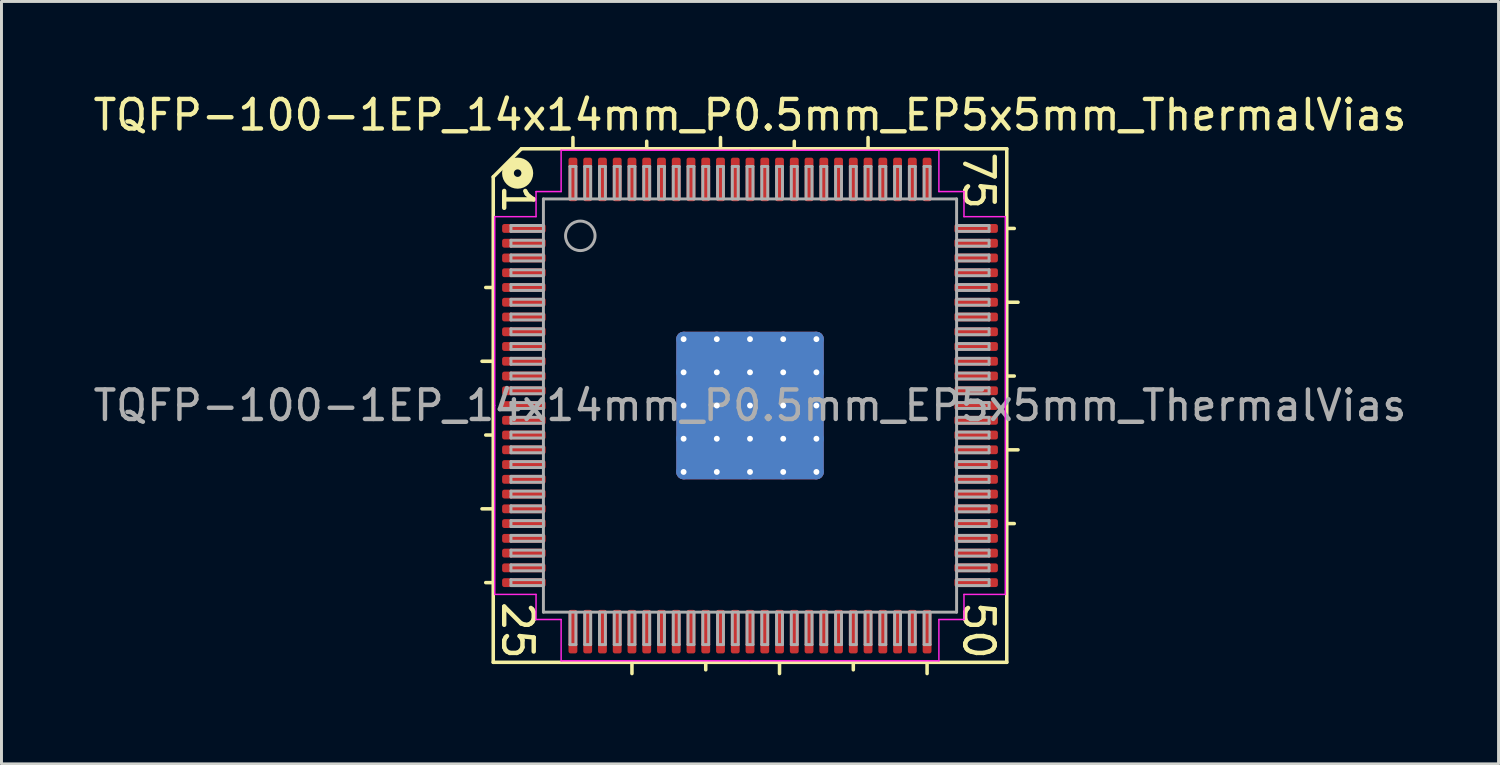
<source format=kicad_pcb>
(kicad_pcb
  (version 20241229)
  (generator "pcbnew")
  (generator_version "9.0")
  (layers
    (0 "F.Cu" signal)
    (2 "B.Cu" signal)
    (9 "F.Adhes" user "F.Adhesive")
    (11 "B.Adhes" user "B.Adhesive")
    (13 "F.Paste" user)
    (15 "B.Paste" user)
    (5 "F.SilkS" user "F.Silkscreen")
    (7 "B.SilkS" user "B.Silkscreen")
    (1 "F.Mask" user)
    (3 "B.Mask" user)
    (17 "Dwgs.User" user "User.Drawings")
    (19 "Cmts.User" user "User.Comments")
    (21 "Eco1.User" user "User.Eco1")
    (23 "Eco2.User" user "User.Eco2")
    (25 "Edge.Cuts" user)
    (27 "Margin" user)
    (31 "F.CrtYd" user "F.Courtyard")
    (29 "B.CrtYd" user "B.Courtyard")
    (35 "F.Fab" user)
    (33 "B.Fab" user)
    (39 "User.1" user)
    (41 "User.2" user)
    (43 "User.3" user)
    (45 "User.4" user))
  (footprint "TQFP-100-1EP_14x14mm_P0.5mm_EP5x5mm_ThermalVias"
    (layer "F.Cu")
    (at 22.363 10.691)
    (property "Reference" "TQFP-100-1EP_14x14mm_P0.5mm_EP5x5mm_ThermalVias" (at 0 -9.843 0) (layer "F.SilkS") (effects (font (size 1 1) (thickness 0.15))))
    (attr smd)
    (fp_line (start -8.7 -7.747) (end -8.7 8.7) (stroke (width 0.12) (type solid)) (layer "F.SilkS"))
    (fp_line (start -8.7 -4) (end -8.954 -4) (stroke (width 0.12) (type solid)) (layer "F.SilkS"))
    (fp_line (start -8.7 -1.5) (end -9.081 -1.5) (stroke (width 0.12) (type solid)) (layer "F.SilkS"))
    (fp_line (start -8.7 1) (end -8.954 1) (stroke (width 0.12) (type solid)) (layer "F.SilkS"))
    (fp_line (start -8.7 3.5) (end -9.081 3.5) (stroke (width 0.12) (type solid)) (layer "F.SilkS"))
    (fp_line (start -8.7 6) (end -8.954 6) (stroke (width 0.12) (type solid)) (layer "F.SilkS"))
    (fp_line (start -8.7 8.7) (end 8.7 8.7) (stroke (width 0.12) (type solid)) (layer "F.SilkS"))
    (fp_line (start -7.747 -8.7) (end -8.7 -7.747) (stroke (width 0.12) (type solid)) (layer "F.SilkS"))
    (fp_line (start -6 -8.7) (end -6 -9.081) (stroke (width 0.12) (type solid)) (layer "F.SilkS"))
    (fp_line (start -4 8.7) (end -4 9.081) (stroke (width 0.12) (type solid)) (layer "F.SilkS"))
    (fp_line (start -3.5 -8.7) (end -3.5 -8.954) (stroke (width 0.12) (type solid)) (layer "F.SilkS"))
    (fp_line (start -1.5 8.7) (end -1.5 8.954) (stroke (width 0.12) (type solid)) (layer "F.SilkS"))
    (fp_line (start -1 -8.7) (end -1 -9.081) (stroke (width 0.12) (type solid)) (layer "F.SilkS"))
    (fp_line (start 1 8.7) (end 1 9.081) (stroke (width 0.12) (type solid)) (layer "F.SilkS"))
    (fp_line (start 1.5 -8.7) (end 1.5 -8.954) (stroke (width 0.12) (type solid)) (layer "F.SilkS"))
    (fp_line (start 3.5 8.7) (end 3.5 8.954) (stroke (width 0.12) (type solid)) (layer "F.SilkS"))
    (fp_line (start 4 -8.7) (end 4 -9.081) (stroke (width 0.12) (type solid)) (layer "F.SilkS"))
    (fp_line (start 6 8.7) (end 6 9.081) (stroke (width 0.12) (type solid)) (layer "F.SilkS"))
    (fp_line (start 8.7 -8.7) (end -7.747 -8.7) (stroke (width 0.12) (type solid)) (layer "F.SilkS"))
    (fp_line (start 8.7 -6) (end 8.954 -6) (stroke (width 0.12) (type solid)) (layer "F.SilkS"))
    (fp_line (start 8.7 -3.5) (end 9.081 -3.5) (stroke (width 0.12) (type solid)) (layer "F.SilkS"))
    (fp_line (start 8.7 -1) (end 8.954 -1) (stroke (width 0.12) (type solid)) (layer "F.SilkS"))
    (fp_line (start 8.7 1.5) (end 9.081 1.5) (stroke (width 0.12) (type solid)) (layer "F.SilkS"))
    (fp_line (start 8.7 4) (end 8.954 4) (stroke (width 0.12) (type solid)) (layer "F.SilkS"))
    (fp_line (start 8.7 8.7) (end 8.7 -8.7) (stroke (width 0.12) (type solid)) (layer "F.SilkS"))
    (fp_circle (center -7.874 -7.874) (end -7.747 -7.874) (stroke (width 0.4) (type solid)) (fill no) (layer "F.SilkS"))
    (fp_line (start -8.65 -6.4) (end -8.65 0) (stroke (width 0.05) (type solid)) (layer "F.CrtYd"))
    (fp_line (start -8.65 6.4) (end -8.65 0) (stroke (width 0.05) (type solid)) (layer "F.CrtYd"))
    (fp_line (start -7.25 -7.25) (end -7.25 -6.4) (stroke (width 0.05) (type solid)) (layer "F.CrtYd"))
    (fp_line (start -7.25 -6.4) (end -8.65 -6.4) (stroke (width 0.05) (type solid)) (layer "F.CrtYd"))
    (fp_line (start -7.25 6.4) (end -8.65 6.4) (stroke (width 0.05) (type solid)) (layer "F.CrtYd"))
    (fp_line (start -7.25 7.25) (end -7.25 6.4) (stroke (width 0.05) (type solid)) (layer "F.CrtYd"))
    (fp_line (start -6.4 -8.65) (end -6.4 -7.25) (stroke (width 0.05) (type solid)) (layer "F.CrtYd"))
    (fp_line (start -6.4 -7.25) (end -7.25 -7.25) (stroke (width 0.05) (type solid)) (layer "F.CrtYd"))
    (fp_line (start -6.4 7.25) (end -7.25 7.25) (stroke (width 0.05) (type solid)) (layer "F.CrtYd"))
    (fp_line (start -6.4 8.65) (end -6.4 7.25) (stroke (width 0.05) (type solid)) (layer "F.CrtYd"))
    (fp_line (start 0 -8.65) (end -6.4 -8.65) (stroke (width 0.05) (type solid)) (layer "F.CrtYd"))
    (fp_line (start 0 -8.65) (end 6.4 -8.65) (stroke (width 0.05) (type solid)) (layer "F.CrtYd"))
    (fp_line (start 0 8.65) (end -6.4 8.65) (stroke (width 0.05) (type solid)) (layer "F.CrtYd"))
    (fp_line (start 0 8.65) (end 6.4 8.65) (stroke (width 0.05) (type solid)) (layer "F.CrtYd"))
    (fp_line (start 6.4 -8.65) (end 6.4 -7.25) (stroke (width 0.05) (type solid)) (layer "F.CrtYd"))
    (fp_line (start 6.4 -7.25) (end 7.25 -7.25) (stroke (width 0.05) (type solid)) (layer "F.CrtYd"))
    (fp_line (start 6.4 7.25) (end 7.25 7.25) (stroke (width 0.05) (type solid)) (layer "F.CrtYd"))
    (fp_line (start 6.4 8.65) (end 6.4 7.25) (stroke (width 0.05) (type solid)) (layer "F.CrtYd"))
    (fp_line (start 7.25 -7.25) (end 7.25 -6.4) (stroke (width 0.05) (type solid)) (layer "F.CrtYd"))
    (fp_line (start 7.25 -6.4) (end 8.65 -6.4) (stroke (width 0.05) (type solid)) (layer "F.CrtYd"))
    (fp_line (start 7.25 6.4) (end 8.65 6.4) (stroke (width 0.05) (type solid)) (layer "F.CrtYd"))
    (fp_line (start 7.25 7.25) (end 7.25 6.4) (stroke (width 0.05) (type solid)) (layer "F.CrtYd"))
    (fp_line (start 8.65 -6.4) (end 8.65 0) (stroke (width 0.05) (type solid)) (layer "F.CrtYd"))
    (fp_line (start 8.65 6.4) (end 8.65 0) (stroke (width 0.05) (type solid)) (layer "F.CrtYd"))
    (fp_line (start -8.1 -6.1) (end -8.1 -5.9) (stroke (width 0.1) (type solid)) (layer "F.Fab"))
    (fp_line (start -8.1 -6.1) (end -7 -6.1) (stroke (width 0.1) (type solid)) (layer "F.Fab"))
    (fp_line (start -8.1 -5.9) (end -7 -5.9) (stroke (width 0.1) (type solid)) (layer "F.Fab"))
    (fp_line (start -8.1 -5.6) (end -8.1 -5.4) (stroke (width 0.1) (type solid)) (layer "F.Fab"))
    (fp_line (start -8.1 -5.6) (end -7 -5.6) (stroke (width 0.1) (type solid)) (layer "F.Fab"))
    (fp_line (start -8.1 -5.4) (end -7 -5.4) (stroke (width 0.1) (type solid)) (layer "F.Fab"))
    (fp_line (start -8.1 -5.1) (end -8.1 -4.9) (stroke (width 0.1) (type solid)) (layer "F.Fab"))
    (fp_line (start -8.1 -5.1) (end -7 -5.1) (stroke (width 0.1) (type solid)) (layer "F.Fab"))
    (fp_line (start -8.1 -4.9) (end -7 -4.9) (stroke (width 0.1) (type solid)) (layer "F.Fab"))
    (fp_line (start -8.1 -4.6) (end -8.1 -4.4) (stroke (width 0.1) (type solid)) (layer "F.Fab"))
    (fp_line (start -8.1 -4.6) (end -7 -4.6) (stroke (width 0.1) (type solid)) (layer "F.Fab"))
    (fp_line (start -8.1 -4.4) (end -7 -4.4) (stroke (width 0.1) (type solid)) (layer "F.Fab"))
    (fp_line (start -8.1 -4.1) (end -8.1 -3.9) (stroke (width 0.1) (type solid)) (layer "F.Fab"))
    (fp_line (start -8.1 -4.1) (end -7 -4.1) (stroke (width 0.1) (type solid)) (layer "F.Fab"))
    (fp_line (start -8.1 -3.9) (end -7 -3.9) (stroke (width 0.1) (type solid)) (layer "F.Fab"))
    (fp_line (start -8.1 -3.6) (end -8.1 -3.4) (stroke (width 0.1) (type solid)) (layer "F.Fab"))
    (fp_line (start -8.1 -3.6) (end -7 -3.6) (stroke (width 0.1) (type solid)) (layer "F.Fab"))
    (fp_line (start -8.1 -3.4) (end -7 -3.4) (stroke (width 0.1) (type solid)) (layer "F.Fab"))
    (fp_line (start -8.1 -3.1) (end -8.1 -2.9) (stroke (width 0.1) (type solid)) (layer "F.Fab"))
    (fp_line (start -8.1 -3.1) (end -7 -3.1) (stroke (width 0.1) (type solid)) (layer "F.Fab"))
    (fp_line (start -8.1 -2.9) (end -7 -2.9) (stroke (width 0.1) (type solid)) (layer "F.Fab"))
    (fp_line (start -8.1 -2.6) (end -8.1 -2.4) (stroke (width 0.1) (type solid)) (layer "F.Fab"))
    (fp_line (start -8.1 -2.6) (end -7 -2.6) (stroke (width 0.1) (type solid)) (layer "F.Fab"))
    (fp_line (start -8.1 -2.4) (end -7 -2.4) (stroke (width 0.1) (type solid)) (layer "F.Fab"))
    (fp_line (start -8.1 -2.1) (end -8.1 -1.9) (stroke (width 0.1) (type solid)) (layer "F.Fab"))
    (fp_line (start -8.1 -2.1) (end -7 -2.1) (stroke (width 0.1) (type solid)) (layer "F.Fab"))
    (fp_line (start -8.1 -1.9) (end -7 -1.9) (stroke (width 0.1) (type solid)) (layer "F.Fab"))
    (fp_line (start -8.1 -1.6) (end -8.1 -1.4) (stroke (width 0.1) (type solid)) (layer "F.Fab"))
    (fp_line (start -8.1 -1.6) (end -7 -1.6) (stroke (width 0.1) (type solid)) (layer "F.Fab"))
    (fp_line (start -8.1 -1.4) (end -7 -1.4) (stroke (width 0.1) (type solid)) (layer "F.Fab"))
    (fp_line (start -8.1 -1.1) (end -8.1 -0.9) (stroke (width 0.1) (type solid)) (layer "F.Fab"))
    (fp_line (start -8.1 -1.1) (end -7 -1.1) (stroke (width 0.1) (type solid)) (layer "F.Fab"))
    (fp_line (start -8.1 -0.9) (end -7 -0.9) (stroke (width 0.1) (type solid)) (layer "F.Fab"))
    (fp_line (start -8.1 -0.6) (end -8.1 -0.4) (stroke (width 0.1) (type solid)) (layer "F.Fab"))
    (fp_line (start -8.1 -0.6) (end -7 -0.6) (stroke (width 0.1) (type solid)) (layer "F.Fab"))
    (fp_line (start -8.1 -0.4) (end -7 -0.4) (stroke (width 0.1) (type solid)) (layer "F.Fab"))
    (fp_line (start -8.1 -0.1) (end -8.1 0.1) (stroke (width 0.1) (type solid)) (layer "F.Fab"))
    (fp_line (start -8.1 -0.1) (end -7 -0.1) (stroke (width 0.1) (type solid)) (layer "F.Fab"))
    (fp_line (start -8.1 0.1) (end -7 0.1) (stroke (width 0.1) (type solid)) (layer "F.Fab"))
    (fp_line (start -8.1 0.4) (end -8.1 0.6) (stroke (width 0.1) (type solid)) (layer "F.Fab"))
    (fp_line (start -8.1 0.4) (end -7 0.4) (stroke (width 0.1) (type solid)) (layer "F.Fab"))
    (fp_line (start -8.1 0.6) (end -7 0.6) (stroke (width 0.1) (type solid)) (layer "F.Fab"))
    (fp_line (start -8.1 0.9) (end -8.1 1.1) (stroke (width 0.1) (type solid)) (layer "F.Fab"))
    (fp_line (start -8.1 0.9) (end -7 0.9) (stroke (width 0.1) (type solid)) (layer "F.Fab"))
    (fp_line (start -8.1 1.1) (end -7 1.1) (stroke (width 0.1) (type solid)) (layer "F.Fab"))
    (fp_line (start -8.1 1.4) (end -8.1 1.6) (stroke (width 0.1) (type solid)) (layer "F.Fab"))
    (fp_line (start -8.1 1.4) (end -7 1.4) (stroke (width 0.1) (type solid)) (layer "F.Fab"))
    (fp_line (start -8.1 1.6) (end -7 1.6) (stroke (width 0.1) (type solid)) (layer "F.Fab"))
    (fp_line (start -8.1 1.9) (end -8.1 2.1) (stroke (width 0.1) (type solid)) (layer "F.Fab"))
    (fp_line (start -8.1 1.9) (end -7 1.9) (stroke (width 0.1) (type solid)) (layer "F.Fab"))
    (fp_line (start -8.1 2.1) (end -7 2.1) (stroke (width 0.1) (type solid)) (layer "F.Fab"))
    (fp_line (start -8.1 2.4) (end -8.1 2.6) (stroke (width 0.1) (type solid)) (layer "F.Fab"))
    (fp_line (start -8.1 2.4) (end -7 2.4) (stroke (width 0.1) (type solid)) (layer "F.Fab"))
    (fp_line (start -8.1 2.6) (end -7 2.6) (stroke (width 0.1) (type solid)) (layer "F.Fab"))
    (fp_line (start -8.1 2.9) (end -8.1 3.1) (stroke (width 0.1) (type solid)) (layer "F.Fab"))
    (fp_line (start -8.1 2.9) (end -7 2.9) (stroke (width 0.1) (type solid)) (layer "F.Fab"))
    (fp_line (start -8.1 3.1) (end -7 3.1) (stroke (width 0.1) (type solid)) (layer "F.Fab"))
    (fp_line (start -8.1 3.4) (end -8.1 3.6) (stroke (width 0.1) (type solid)) (layer "F.Fab"))
    (fp_line (start -8.1 3.4) (end -7 3.4) (stroke (width 0.1) (type solid)) (layer "F.Fab"))
    (fp_line (start -8.1 3.6) (end -7 3.6) (stroke (width 0.1) (type solid)) (layer "F.Fab"))
    (fp_line (start -8.1 3.9) (end -8.1 4.1) (stroke (width 0.1) (type solid)) (layer "F.Fab"))
    (fp_line (start -8.1 3.9) (end -7 3.9) (stroke (width 0.1) (type solid)) (layer "F.Fab"))
    (fp_line (start -8.1 4.1) (end -7 4.1) (stroke (width 0.1) (type solid)) (layer "F.Fab"))
    (fp_line (start -8.1 4.4) (end -8.1 4.6) (stroke (width 0.1) (type solid)) (layer "F.Fab"))
    (fp_line (start -8.1 4.4) (end -7 4.4) (stroke (width 0.1) (type solid)) (layer "F.Fab"))
    (fp_line (start -8.1 4.6) (end -7 4.6) (stroke (width 0.1) (type solid)) (layer "F.Fab"))
    (fp_line (start -8.1 4.9) (end -8.1 5.1) (stroke (width 0.1) (type solid)) (layer "F.Fab"))
    (fp_line (start -8.1 4.9) (end -7 4.9) (stroke (width 0.1) (type solid)) (layer "F.Fab"))
    (fp_line (start -8.1 5.1) (end -7 5.1) (stroke (width 0.1) (type solid)) (layer "F.Fab"))
    (fp_line (start -8.1 5.4) (end -8.1 5.6) (stroke (width 0.1) (type solid)) (layer "F.Fab"))
    (fp_line (start -8.1 5.4) (end -7 5.4) (stroke (width 0.1) (type solid)) (layer "F.Fab"))
    (fp_line (start -8.1 5.6) (end -7 5.6) (stroke (width 0.1) (type solid)) (layer "F.Fab"))
    (fp_line (start -8.1 5.9) (end -8.1 6.1) (stroke (width 0.1) (type solid)) (layer "F.Fab"))
    (fp_line (start -8.1 5.9) (end -7 5.9) (stroke (width 0.1) (type solid)) (layer "F.Fab"))
    (fp_line (start -8.1 6.1) (end -7 6.1) (stroke (width 0.1) (type solid)) (layer "F.Fab"))
    (fp_line (start -7 -7) (end 7 -7) (stroke (width 0.1) (type solid)) (layer "F.Fab"))
    (fp_line (start -7 7) (end -7 -7) (stroke (width 0.1) (type solid)) (layer "F.Fab"))
    (fp_line (start -6.1 -8.1) (end -6.1 -7) (stroke (width 0.1) (type solid)) (layer "F.Fab"))
    (fp_line (start -6.1 8.1) (end -6.1 7) (stroke (width 0.1) (type solid)) (layer "F.Fab"))
    (fp_line (start -6.1 8.1) (end -5.9 8.1) (stroke (width 0.1) (type solid)) (layer "F.Fab"))
    (fp_line (start -5.9 -8.1) (end -6.1 -8.1) (stroke (width 0.1) (type solid)) (layer "F.Fab"))
    (fp_line (start -5.9 -8.1) (end -5.9 -7) (stroke (width 0.1) (type solid)) (layer "F.Fab"))
    (fp_line (start -5.9 8.1) (end -5.9 7) (stroke (width 0.1) (type solid)) (layer "F.Fab"))
    (fp_line (start -5.6 -8.1) (end -5.6 -7) (stroke (width 0.1) (type solid)) (layer "F.Fab"))
    (fp_line (start -5.6 8.1) (end -5.6 7) (stroke (width 0.1) (type solid)) (layer "F.Fab"))
    (fp_line (start -5.6 8.1) (end -5.4 8.1) (stroke (width 0.1) (type solid)) (layer "F.Fab"))
    (fp_line (start -5.4 -8.1) (end -5.6 -8.1) (stroke (width 0.1) (type solid)) (layer "F.Fab"))
    (fp_line (start -5.4 -8.1) (end -5.4 -7) (stroke (width 0.1) (type solid)) (layer "F.Fab"))
    (fp_line (start -5.4 8.1) (end -5.4 7) (stroke (width 0.1) (type solid)) (layer "F.Fab"))
    (fp_line (start -5.1 -8.1) (end -5.1 -7) (stroke (width 0.1) (type solid)) (layer "F.Fab"))
    (fp_line (start -5.1 8.1) (end -5.1 7) (stroke (width 0.1) (type solid)) (layer "F.Fab"))
    (fp_line (start -5.1 8.1) (end -4.9 8.1) (stroke (width 0.1) (type solid)) (layer "F.Fab"))
    (fp_line (start -4.9 -8.1) (end -5.1 -8.1) (stroke (width 0.1) (type solid)) (layer "F.Fab"))
    (fp_line (start -4.9 -8.1) (end -4.9 -7) (stroke (width 0.1) (type solid)) (layer "F.Fab"))
    (fp_line (start -4.9 8.1) (end -4.9 7) (stroke (width 0.1) (type solid)) (layer "F.Fab"))
    (fp_line (start -4.6 -8.1) (end -4.6 -7) (stroke (width 0.1) (type solid)) (layer "F.Fab"))
    (fp_line (start -4.6 8.1) (end -4.6 7) (stroke (width 0.1) (type solid)) (layer "F.Fab"))
    (fp_line (start -4.6 8.1) (end -4.4 8.1) (stroke (width 0.1) (type solid)) (layer "F.Fab"))
    (fp_line (start -4.4 -8.1) (end -4.6 -8.1) (stroke (width 0.1) (type solid)) (layer "F.Fab"))
    (fp_line (start -4.4 -8.1) (end -4.4 -7) (stroke (width 0.1) (type solid)) (layer "F.Fab"))
    (fp_line (start -4.4 8.1) (end -4.4 7) (stroke (width 0.1) (type solid)) (layer "F.Fab"))
    (fp_line (start -4.1 -8.1) (end -4.1 -7) (stroke (width 0.1) (type solid)) (layer "F.Fab"))
    (fp_line (start -4.1 8.1) (end -4.1 7) (stroke (width 0.1) (type solid)) (layer "F.Fab"))
    (fp_line (start -4.1 8.1) (end -3.9 8.1) (stroke (width 0.1) (type solid)) (layer "F.Fab"))
    (fp_line (start -3.9 -8.1) (end -4.1 -8.1) (stroke (width 0.1) (type solid)) (layer "F.Fab"))
    (fp_line (start -3.9 -8.1) (end -3.9 -7) (stroke (width 0.1) (type solid)) (layer "F.Fab"))
    (fp_line (start -3.9 8.1) (end -3.9 7) (stroke (width 0.1) (type solid)) (layer "F.Fab"))
    (fp_line (start -3.6 -8.1) (end -3.6 -7) (stroke (width 0.1) (type solid)) (layer "F.Fab"))
    (fp_line (start -3.6 8.1) (end -3.6 7) (stroke (width 0.1) (type solid)) (layer "F.Fab"))
    (fp_line (start -3.6 8.1) (end -3.4 8.1) (stroke (width 0.1) (type solid)) (layer "F.Fab"))
    (fp_line (start -3.4 -8.1) (end -3.6 -8.1) (stroke (width 0.1) (type solid)) (layer "F.Fab"))
    (fp_line (start -3.4 -8.1) (end -3.4 -7) (stroke (width 0.1) (type solid)) (layer "F.Fab"))
    (fp_line (start -3.4 8.1) (end -3.4 7) (stroke (width 0.1) (type solid)) (layer "F.Fab"))
    (fp_line (start -3.1 -8.1) (end -3.1 -7) (stroke (width 0.1) (type solid)) (layer "F.Fab"))
    (fp_line (start -3.1 8.1) (end -3.1 7) (stroke (width 0.1) (type solid)) (layer "F.Fab"))
    (fp_line (start -3.1 8.1) (end -2.9 8.1) (stroke (width 0.1) (type solid)) (layer "F.Fab"))
    (fp_line (start -2.9 -8.1) (end -3.1 -8.1) (stroke (width 0.1) (type solid)) (layer "F.Fab"))
    (fp_line (start -2.9 -8.1) (end -2.9 -7) (stroke (width 0.1) (type solid)) (layer "F.Fab"))
    (fp_line (start -2.9 8.1) (end -2.9 7) (stroke (width 0.1) (type solid)) (layer "F.Fab"))
    (fp_line (start -2.6 -8.1) (end -2.6 -7) (stroke (width 0.1) (type solid)) (layer "F.Fab"))
    (fp_line (start -2.6 8.1) (end -2.6 7) (stroke (width 0.1) (type solid)) (layer "F.Fab"))
    (fp_line (start -2.6 8.1) (end -2.4 8.1) (stroke (width 0.1) (type solid)) (layer "F.Fab"))
    (fp_line (start -2.4 -8.1) (end -2.6 -8.1) (stroke (width 0.1) (type solid)) (layer "F.Fab"))
    (fp_line (start -2.4 -8.1) (end -2.4 -7) (stroke (width 0.1) (type solid)) (layer "F.Fab"))
    (fp_line (start -2.4 8.1) (end -2.4 7) (stroke (width 0.1) (type solid)) (layer "F.Fab"))
    (fp_line (start -2.1 -8.1) (end -2.1 -7) (stroke (width 0.1) (type solid)) (layer "F.Fab"))
    (fp_line (start -2.1 8.1) (end -2.1 7) (stroke (width 0.1) (type solid)) (layer "F.Fab"))
    (fp_line (start -2.1 8.1) (end -1.9 8.1) (stroke (width 0.1) (type solid)) (layer "F.Fab"))
    (fp_line (start -1.9 -8.1) (end -2.1 -8.1) (stroke (width 0.1) (type solid)) (layer "F.Fab"))
    (fp_line (start -1.9 -8.1) (end -1.9 -7) (stroke (width 0.1) (type solid)) (layer "F.Fab"))
    (fp_line (start -1.9 8.1) (end -1.9 7) (stroke (width 0.1) (type solid)) (layer "F.Fab"))
    (fp_line (start -1.6 -8.1) (end -1.6 -7) (stroke (width 0.1) (type solid)) (layer "F.Fab"))
    (fp_line (start -1.6 8.1) (end -1.6 7) (stroke (width 0.1) (type solid)) (layer "F.Fab"))
    (fp_line (start -1.6 8.1) (end -1.4 8.1) (stroke (width 0.1) (type solid)) (layer "F.Fab"))
    (fp_line (start -1.4 -8.1) (end -1.6 -8.1) (stroke (width 0.1) (type solid)) (layer "F.Fab"))
    (fp_line (start -1.4 -8.1) (end -1.4 -7) (stroke (width 0.1) (type solid)) (layer "F.Fab"))
    (fp_line (start -1.4 8.1) (end -1.4 7) (stroke (width 0.1) (type solid)) (layer "F.Fab"))
    (fp_line (start -1.1 -8.1) (end -1.1 -7) (stroke (width 0.1) (type solid)) (layer "F.Fab"))
    (fp_line (start -1.1 8.1) (end -1.1 7) (stroke (width 0.1) (type solid)) (layer "F.Fab"))
    (fp_line (start -1.1 8.1) (end -0.9 8.1) (stroke (width 0.1) (type solid)) (layer "F.Fab"))
    (fp_line (start -0.9 -8.1) (end -1.1 -8.1) (stroke (width 0.1) (type solid)) (layer "F.Fab"))
    (fp_line (start -0.9 -8.1) (end -0.9 -7) (stroke (width 0.1) (type solid)) (layer "F.Fab"))
    (fp_line (start -0.9 8.1) (end -0.9 7) (stroke (width 0.1) (type solid)) (layer "F.Fab"))
    (fp_line (start -0.6 -8.1) (end -0.6 -7) (stroke (width 0.1) (type solid)) (layer "F.Fab"))
    (fp_line (start -0.6 8.1) (end -0.6 7) (stroke (width 0.1) (type solid)) (layer "F.Fab"))
    (fp_line (start -0.6 8.1) (end -0.4 8.1) (stroke (width 0.1) (type solid)) (layer "F.Fab"))
    (fp_line (start -0.4 -8.1) (end -0.6 -8.1) (stroke (width 0.1) (type solid)) (layer "F.Fab"))
    (fp_line (start -0.4 -8.1) (end -0.4 -7) (stroke (width 0.1) (type solid)) (layer "F.Fab"))
    (fp_line (start -0.4 8.1) (end -0.4 7) (stroke (width 0.1) (type solid)) (layer "F.Fab"))
    (fp_line (start -0.1 -8.1) (end -0.1 -7) (stroke (width 0.1) (type solid)) (layer "F.Fab"))
    (fp_line (start -0.1 8.1) (end -0.1 7) (stroke (width 0.1) (type solid)) (layer "F.Fab"))
    (fp_line (start -0.1 8.1) (end 0.1 8.1) (stroke (width 0.1) (type solid)) (layer "F.Fab"))
    (fp_line (start 0.1 -8.1) (end -0.1 -8.1) (stroke (width 0.1) (type solid)) (layer "F.Fab"))
    (fp_line (start 0.1 -8.1) (end 0.1 -7) (stroke (width 0.1) (type solid)) (layer "F.Fab"))
    (fp_line (start 0.1 8.1) (end 0.1 7) (stroke (width 0.1) (type solid)) (layer "F.Fab"))
    (fp_line (start 0.4 -8.1) (end 0.4 -7) (stroke (width 0.1) (type solid)) (layer "F.Fab"))
    (fp_line (start 0.4 8.1) (end 0.4 7) (stroke (width 0.1) (type solid)) (layer "F.Fab"))
    (fp_line (start 0.4 8.1) (end 0.6 8.1) (stroke (width 0.1) (type solid)) (layer "F.Fab"))
    (fp_line (start 0.6 -8.1) (end 0.4 -8.1) (stroke (width 0.1) (type solid)) (layer "F.Fab"))
    (fp_line (start 0.6 -8.1) (end 0.6 -7) (stroke (width 0.1) (type solid)) (layer "F.Fab"))
    (fp_line (start 0.6 8.1) (end 0.6 7) (stroke (width 0.1) (type solid)) (layer "F.Fab"))
    (fp_line (start 0.9 -8.1) (end 0.9 -7) (stroke (width 0.1) (type solid)) (layer "F.Fab"))
    (fp_line (start 0.9 8.1) (end 0.9 7) (stroke (width 0.1) (type solid)) (layer "F.Fab"))
    (fp_line (start 0.9 8.1) (end 1.1 8.1) (stroke (width 0.1) (type solid)) (layer "F.Fab"))
    (fp_line (start 1.1 -8.1) (end 0.9 -8.1) (stroke (width 0.1) (type solid)) (layer "F.Fab"))
    (fp_line (start 1.1 -8.1) (end 1.1 -7) (stroke (width 0.1) (type solid)) (layer "F.Fab"))
    (fp_line (start 1.1 8.1) (end 1.1 7) (stroke (width 0.1) (type solid)) (layer "F.Fab"))
    (fp_line (start 1.4 -8.1) (end 1.4 -7) (stroke (width 0.1) (type solid)) (layer "F.Fab"))
    (fp_line (start 1.4 8.1) (end 1.4 7) (stroke (width 0.1) (type solid)) (layer "F.Fab"))
    (fp_line (start 1.4 8.1) (end 1.6 8.1) (stroke (width 0.1) (type solid)) (layer "F.Fab"))
    (fp_line (start 1.6 -8.1) (end 1.4 -8.1) (stroke (width 0.1) (type solid)) (layer "F.Fab"))
    (fp_line (start 1.6 -8.1) (end 1.6 -7) (stroke (width 0.1) (type solid)) (layer "F.Fab"))
    (fp_line (start 1.6 8.1) (end 1.6 7) (stroke (width 0.1) (type solid)) (layer "F.Fab"))
    (fp_line (start 1.9 -8.1) (end 1.9 -7) (stroke (width 0.1) (type solid)) (layer "F.Fab"))
    (fp_line (start 1.9 8.1) (end 1.9 7) (stroke (width 0.1) (type solid)) (layer "F.Fab"))
    (fp_line (start 1.9 8.1) (end 2.1 8.1) (stroke (width 0.1) (type solid)) (layer "F.Fab"))
    (fp_line (start 2.1 -8.1) (end 1.9 -8.1) (stroke (width 0.1) (type solid)) (layer "F.Fab"))
    (fp_line (start 2.1 -8.1) (end 2.1 -7) (stroke (width 0.1) (type solid)) (layer "F.Fab"))
    (fp_line (start 2.1 8.1) (end 2.1 7) (stroke (width 0.1) (type solid)) (layer "F.Fab"))
    (fp_line (start 2.4 -8.1) (end 2.4 -7) (stroke (width 0.1) (type solid)) (layer "F.Fab"))
    (fp_line (start 2.4 8.1) (end 2.4 7) (stroke (width 0.1) (type solid)) (layer "F.Fab"))
    (fp_line (start 2.4 8.1) (end 2.6 8.1) (stroke (width 0.1) (type solid)) (layer "F.Fab"))
    (fp_line (start 2.6 -8.1) (end 2.4 -8.1) (stroke (width 0.1) (type solid)) (layer "F.Fab"))
    (fp_line (start 2.6 -8.1) (end 2.6 -7) (stroke (width 0.1) (type solid)) (layer "F.Fab"))
    (fp_line (start 2.6 8.1) (end 2.6 7) (stroke (width 0.1) (type solid)) (layer "F.Fab"))
    (fp_line (start 2.9 -8.1) (end 2.9 -7) (stroke (width 0.1) (type solid)) (layer "F.Fab"))
    (fp_line (start 2.9 8.1) (end 2.9 7) (stroke (width 0.1) (type solid)) (layer "F.Fab"))
    (fp_line (start 2.9 8.1) (end 3.1 8.1) (stroke (width 0.1) (type solid)) (layer "F.Fab"))
    (fp_line (start 3.1 -8.1) (end 2.9 -8.1) (stroke (width 0.1) (type solid)) (layer "F.Fab"))
    (fp_line (start 3.1 -8.1) (end 3.1 -7) (stroke (width 0.1) (type solid)) (layer "F.Fab"))
    (fp_line (start 3.1 8.1) (end 3.1 7) (stroke (width 0.1) (type solid)) (layer "F.Fab"))
    (fp_line (start 3.4 -8.1) (end 3.4 -7) (stroke (width 0.1) (type solid)) (layer "F.Fab"))
    (fp_line (start 3.4 8.1) (end 3.4 7) (stroke (width 0.1) (type solid)) (layer "F.Fab"))
    (fp_line (start 3.4 8.1) (end 3.6 8.1) (stroke (width 0.1) (type solid)) (layer "F.Fab"))
    (fp_line (start 3.6 -8.1) (end 3.4 -8.1) (stroke (width 0.1) (type solid)) (layer "F.Fab"))
    (fp_line (start 3.6 -8.1) (end 3.6 -7) (stroke (width 0.1) (type solid)) (layer "F.Fab"))
    (fp_line (start 3.6 8.1) (end 3.6 7) (stroke (width 0.1) (type solid)) (layer "F.Fab"))
    (fp_line (start 3.9 -8.1) (end 3.9 -7) (stroke (width 0.1) (type solid)) (layer "F.Fab"))
    (fp_line (start 3.9 8.1) (end 3.9 7) (stroke (width 0.1) (type solid)) (layer "F.Fab"))
    (fp_line (start 3.9 8.1) (end 4.1 8.1) (stroke (width 0.1) (type solid)) (layer "F.Fab"))
    (fp_line (start 4.1 -8.1) (end 3.9 -8.1) (stroke (width 0.1) (type solid)) (layer "F.Fab"))
    (fp_line (start 4.1 -8.1) (end 4.1 -7) (stroke (width 0.1) (type solid)) (layer "F.Fab"))
    (fp_line (start 4.1 8.1) (end 4.1 7) (stroke (width 0.1) (type solid)) (layer "F.Fab"))
    (fp_line (start 4.4 -8.1) (end 4.4 -7) (stroke (width 0.1) (type solid)) (layer "F.Fab"))
    (fp_line (start 4.4 8.1) (end 4.4 7) (stroke (width 0.1) (type solid)) (layer "F.Fab"))
    (fp_line (start 4.4 8.1) (end 4.6 8.1) (stroke (width 0.1) (type solid)) (layer "F.Fab"))
    (fp_line (start 4.6 -8.1) (end 4.4 -8.1) (stroke (width 0.1) (type solid)) (layer "F.Fab"))
    (fp_line (start 4.6 -8.1) (end 4.6 -7) (stroke (width 0.1) (type solid)) (layer "F.Fab"))
    (fp_line (start 4.6 8.1) (end 4.6 7) (stroke (width 0.1) (type solid)) (layer "F.Fab"))
    (fp_line (start 4.9 -8.1) (end 4.9 -7) (stroke (width 0.1) (type solid)) (layer "F.Fab"))
    (fp_line (start 4.9 8.1) (end 4.9 7) (stroke (width 0.1) (type solid)) (layer "F.Fab"))
    (fp_line (start 4.9 8.1) (end 5.1 8.1) (stroke (width 0.1) (type solid)) (layer "F.Fab"))
    (fp_line (start 5.1 -8.1) (end 4.9 -8.1) (stroke (width 0.1) (type solid)) (layer "F.Fab"))
    (fp_line (start 5.1 -8.1) (end 5.1 -7) (stroke (width 0.1) (type solid)) (layer "F.Fab"))
    (fp_line (start 5.1 8.1) (end 5.1 7) (stroke (width 0.1) (type solid)) (layer "F.Fab"))
    (fp_line (start 5.4 -8.1) (end 5.4 -7) (stroke (width 0.1) (type solid)) (layer "F.Fab"))
    (fp_line (start 5.4 8.1) (end 5.4 7) (stroke (width 0.1) (type solid)) (layer "F.Fab"))
    (fp_line (start 5.4 8.1) (end 5.6 8.1) (stroke (width 0.1) (type solid)) (layer "F.Fab"))
    (fp_line (start 5.6 -8.1) (end 5.4 -8.1) (stroke (width 0.1) (type solid)) (layer "F.Fab"))
    (fp_line (start 5.6 -8.1) (end 5.6 -7) (stroke (width 0.1) (type solid)) (layer "F.Fab"))
    (fp_line (start 5.6 8.1) (end 5.6 7) (stroke (width 0.1) (type solid)) (layer "F.Fab"))
    (fp_line (start 5.9 -8.1) (end 5.9 -7) (stroke (width 0.1) (type solid)) (layer "F.Fab"))
    (fp_line (start 5.9 8.1) (end 5.9 7) (stroke (width 0.1) (type solid)) (layer "F.Fab"))
    (fp_line (start 5.9 8.1) (end 6.1 8.1) (stroke (width 0.1) (type solid)) (layer "F.Fab"))
    (fp_line (start 6.1 -8.1) (end 5.9 -8.1) (stroke (width 0.1) (type solid)) (layer "F.Fab"))
    (fp_line (start 6.1 -8.1) (end 6.1 -7) (stroke (width 0.1) (type solid)) (layer "F.Fab"))
    (fp_line (start 6.1 8.1) (end 6.1 7) (stroke (width 0.1) (type solid)) (layer "F.Fab"))
    (fp_line (start 7 -7) (end 7 7) (stroke (width 0.1) (type solid)) (layer "F.Fab"))
    (fp_line (start 7 7) (end -7 7) (stroke (width 0.1) (type solid)) (layer "F.Fab"))
    (fp_line (start 8.1 -6.1) (end 7 -6.1) (stroke (width 0.1) (type solid)) (layer "F.Fab"))
    (fp_line (start 8.1 -5.9) (end 7 -5.9) (stroke (width 0.1) (type solid)) (layer "F.Fab"))
    (fp_line (start 8.1 -5.9) (end 8.1 -6.1) (stroke (width 0.1) (type solid)) (layer "F.Fab"))
    (fp_line (start 8.1 -5.6) (end 7 -5.6) (stroke (width 0.1) (type solid)) (layer "F.Fab"))
    (fp_line (start 8.1 -5.4) (end 7 -5.4) (stroke (width 0.1) (type solid)) (layer "F.Fab"))
    (fp_line (start 8.1 -5.4) (end 8.1 -5.6) (stroke (width 0.1) (type solid)) (layer "F.Fab"))
    (fp_line (start 8.1 -5.1) (end 7 -5.1) (stroke (width 0.1) (type solid)) (layer "F.Fab"))
    (fp_line (start 8.1 -4.9) (end 7 -4.9) (stroke (width 0.1) (type solid)) (layer "F.Fab"))
    (fp_line (start 8.1 -4.9) (end 8.1 -5.1) (stroke (width 0.1) (type solid)) (layer "F.Fab"))
    (fp_line (start 8.1 -4.6) (end 7 -4.6) (stroke (width 0.1) (type solid)) (layer "F.Fab"))
    (fp_line (start 8.1 -4.4) (end 7 -4.4) (stroke (width 0.1) (type solid)) (layer "F.Fab"))
    (fp_line (start 8.1 -4.4) (end 8.1 -4.6) (stroke (width 0.1) (type solid)) (layer "F.Fab"))
    (fp_line (start 8.1 -4.1) (end 7 -4.1) (stroke (width 0.1) (type solid)) (layer "F.Fab"))
    (fp_line (start 8.1 -3.9) (end 7 -3.9) (stroke (width 0.1) (type solid)) (layer "F.Fab"))
    (fp_line (start 8.1 -3.9) (end 8.1 -4.1) (stroke (width 0.1) (type solid)) (layer "F.Fab"))
    (fp_line (start 8.1 -3.6) (end 7 -3.6) (stroke (width 0.1) (type solid)) (layer "F.Fab"))
    (fp_line (start 8.1 -3.4) (end 7 -3.4) (stroke (width 0.1) (type solid)) (layer "F.Fab"))
    (fp_line (start 8.1 -3.4) (end 8.1 -3.6) (stroke (width 0.1) (type solid)) (layer "F.Fab"))
    (fp_line (start 8.1 -3.1) (end 7 -3.1) (stroke (width 0.1) (type solid)) (layer "F.Fab"))
    (fp_line (start 8.1 -2.9) (end 7 -2.9) (stroke (width 0.1) (type solid)) (layer "F.Fab"))
    (fp_line (start 8.1 -2.9) (end 8.1 -3.1) (stroke (width 0.1) (type solid)) (layer "F.Fab"))
    (fp_line (start 8.1 -2.6) (end 7 -2.6) (stroke (width 0.1) (type solid)) (layer "F.Fab"))
    (fp_line (start 8.1 -2.4) (end 7 -2.4) (stroke (width 0.1) (type solid)) (layer "F.Fab"))
    (fp_line (start 8.1 -2.4) (end 8.1 -2.6) (stroke (width 0.1) (type solid)) (layer "F.Fab"))
    (fp_line (start 8.1 -2.1) (end 7 -2.1) (stroke (width 0.1) (type solid)) (layer "F.Fab"))
    (fp_line (start 8.1 -1.9) (end 7 -1.9) (stroke (width 0.1) (type solid)) (layer "F.Fab"))
    (fp_line (start 8.1 -1.9) (end 8.1 -2.1) (stroke (width 0.1) (type solid)) (layer "F.Fab"))
    (fp_line (start 8.1 -1.6) (end 7 -1.6) (stroke (width 0.1) (type solid)) (layer "F.Fab"))
    (fp_line (start 8.1 -1.4) (end 7 -1.4) (stroke (width 0.1) (type solid)) (layer "F.Fab"))
    (fp_line (start 8.1 -1.4) (end 8.1 -1.6) (stroke (width 0.1) (type solid)) (layer "F.Fab"))
    (fp_line (start 8.1 -1.1) (end 7 -1.1) (stroke (width 0.1) (type solid)) (layer "F.Fab"))
    (fp_line (start 8.1 -0.9) (end 7 -0.9) (stroke (width 0.1) (type solid)) (layer "F.Fab"))
    (fp_line (start 8.1 -0.9) (end 8.1 -1.1) (stroke (width 0.1) (type solid)) (layer "F.Fab"))
    (fp_line (start 8.1 -0.6) (end 7 -0.6) (stroke (width 0.1) (type solid)) (layer "F.Fab"))
    (fp_line (start 8.1 -0.4) (end 7 -0.4) (stroke (width 0.1) (type solid)) (layer "F.Fab"))
    (fp_line (start 8.1 -0.4) (end 8.1 -0.6) (stroke (width 0.1) (type solid)) (layer "F.Fab"))
    (fp_line (start 8.1 -0.1) (end 7 -0.1) (stroke (width 0.1) (type solid)) (layer "F.Fab"))
    (fp_line (start 8.1 0.1) (end 7 0.1) (stroke (width 0.1) (type solid)) (layer "F.Fab"))
    (fp_line (start 8.1 0.1) (end 8.1 -0.1) (stroke (width 0.1) (type solid)) (layer "F.Fab"))
    (fp_line (start 8.1 0.4) (end 7 0.4) (stroke (width 0.1) (type solid)) (layer "F.Fab"))
    (fp_line (start 8.1 0.6) (end 7 0.6) (stroke (width 0.1) (type solid)) (layer "F.Fab"))
    (fp_line (start 8.1 0.6) (end 8.1 0.4) (stroke (width 0.1) (type solid)) (layer "F.Fab"))
    (fp_line (start 8.1 0.9) (end 7 0.9) (stroke (width 0.1) (type solid)) (layer "F.Fab"))
    (fp_line (start 8.1 1.1) (end 7 1.1) (stroke (width 0.1) (type solid)) (layer "F.Fab"))
    (fp_line (start 8.1 1.1) (end 8.1 0.9) (stroke (width 0.1) (type solid)) (layer "F.Fab"))
    (fp_line (start 8.1 1.4) (end 7 1.4) (stroke (width 0.1) (type solid)) (layer "F.Fab"))
    (fp_line (start 8.1 1.6) (end 7 1.6) (stroke (width 0.1) (type solid)) (layer "F.Fab"))
    (fp_line (start 8.1 1.6) (end 8.1 1.4) (stroke (width 0.1) (type solid)) (layer "F.Fab"))
    (fp_line (start 8.1 1.9) (end 7 1.9) (stroke (width 0.1) (type solid)) (layer "F.Fab"))
    (fp_line (start 8.1 2.1) (end 7 2.1) (stroke (width 0.1) (type solid)) (layer "F.Fab"))
    (fp_line (start 8.1 2.1) (end 8.1 1.9) (stroke (width 0.1) (type solid)) (layer "F.Fab"))
    (fp_line (start 8.1 2.4) (end 7 2.4) (stroke (width 0.1) (type solid)) (layer "F.Fab"))
    (fp_line (start 8.1 2.6) (end 7 2.6) (stroke (width 0.1) (type solid)) (layer "F.Fab"))
    (fp_line (start 8.1 2.6) (end 8.1 2.4) (stroke (width 0.1) (type solid)) (layer "F.Fab"))
    (fp_line (start 8.1 2.9) (end 7 2.9) (stroke (width 0.1) (type solid)) (layer "F.Fab"))
    (fp_line (start 8.1 3.1) (end 7 3.1) (stroke (width 0.1) (type solid)) (layer "F.Fab"))
    (fp_line (start 8.1 3.1) (end 8.1 2.9) (stroke (width 0.1) (type solid)) (layer "F.Fab"))
    (fp_line (start 8.1 3.4) (end 7 3.4) (stroke (width 0.1) (type solid)) (layer "F.Fab"))
    (fp_line (start 8.1 3.6) (end 7 3.6) (stroke (width 0.1) (type solid)) (layer "F.Fab"))
    (fp_line (start 8.1 3.6) (end 8.1 3.4) (stroke (width 0.1) (type solid)) (layer "F.Fab"))
    (fp_line (start 8.1 3.9) (end 7 3.9) (stroke (width 0.1) (type solid)) (layer "F.Fab"))
    (fp_line (start 8.1 4.1) (end 7 4.1) (stroke (width 0.1) (type solid)) (layer "F.Fab"))
    (fp_line (start 8.1 4.1) (end 8.1 3.9) (stroke (width 0.1) (type solid)) (layer "F.Fab"))
    (fp_line (start 8.1 4.4) (end 7 4.4) (stroke (width 0.1) (type solid)) (layer "F.Fab"))
    (fp_line (start 8.1 4.6) (end 7 4.6) (stroke (width 0.1) (type solid)) (layer "F.Fab"))
    (fp_line (start 8.1 4.6) (end 8.1 4.4) (stroke (width 0.1) (type solid)) (layer "F.Fab"))
    (fp_line (start 8.1 4.9) (end 7 4.9) (stroke (width 0.1) (type solid)) (layer "F.Fab"))
    (fp_line (start 8.1 5.1) (end 7 5.1) (stroke (width 0.1) (type solid)) (layer "F.Fab"))
    (fp_line (start 8.1 5.1) (end 8.1 4.9) (stroke (width 0.1) (type solid)) (layer "F.Fab"))
    (fp_line (start 8.1 5.4) (end 7 5.4) (stroke (width 0.1) (type solid)) (layer "F.Fab"))
    (fp_line (start 8.1 5.6) (end 7 5.6) (stroke (width 0.1) (type solid)) (layer "F.Fab"))
    (fp_line (start 8.1 5.6) (end 8.1 5.4) (stroke (width 0.1) (type solid)) (layer "F.Fab"))
    (fp_line (start 8.1 5.9) (end 7 5.9) (stroke (width 0.1) (type solid)) (layer "F.Fab"))
    (fp_line (start 8.1 6.1) (end 7 6.1) (stroke (width 0.1) (type solid)) (layer "F.Fab"))
    (fp_line (start 8.1 6.1) (end 8.1 5.9) (stroke (width 0.1) (type solid)) (layer "F.Fab"))
    (fp_circle (center -5.75 -5.75) (end -5.25 -5.75) (stroke (width 0.1) (type solid)) (fill no) (layer "F.Fab"))
    (fp_text user "25" (at -7.874 7.62 270) (unlocked yes) (layer "F.SilkS") (effects (font (size 1 1) (thickness 0.15))))
    (fp_text user "75" (at 7.747 -7.62 270) (unlocked yes) (layer "F.SilkS") (effects (font (size 1 1) (thickness 0.15))))
    (fp_text user "1" (at -7.874 -6.985 270) (unlocked yes) (layer "F.SilkS") (effects (font (size 1 1) (thickness 0.15))))
    (fp_text user "50" (at 7.747 7.62 270) (unlocked yes) (layer "F.SilkS") (effects (font (size 1 1) (thickness 0.15))))
    (fp_text user "${REFERENCE}" (at 0 0 0) (layer "F.Fab") (effects (font (size 1 1) (thickness 0.15))))
    (pad "" smd custom (at -1.688 -1.688) (size 0.891 0.891) (layers "F.Paste") (options (anchor circle)) (primitives (gr_poly (pts (xy 0.387 -0.29) (xy 0.387 0.29) (xy 0.29 0.387) (xy -0.29 0.387) (xy -0.387 0.29) (xy -0.387 -0.29) (xy -0.29 -0.387) (xy 0.29 -0.387)) (width 0.234) (fill yes))))
    (pad "" smd custom (at -1.688 -0.562) (size 0.891 0.891) (layers "F.Paste") (options (anchor circle)) (primitives (gr_poly (pts (xy 0.387 -0.29) (xy 0.387 0.29) (xy 0.29 0.387) (xy -0.29 0.387) (xy -0.387 0.29) (xy -0.387 -0.29) (xy -0.29 -0.387) (xy 0.29 -0.387)) (width 0.234) (fill yes))))
    (pad "" smd custom (at -1.688 0.562) (size 0.891 0.891) (layers "F.Paste") (options (anchor circle)) (primitives (gr_poly (pts (xy 0.387 -0.29) (xy 0.387 0.29) (xy 0.29 0.387) (xy -0.29 0.387) (xy -0.387 0.29) (xy -0.387 -0.29) (xy -0.29 -0.387) (xy 0.29 -0.387)) (width 0.234) (fill yes))))
    (pad "" smd custom (at -1.688 1.688) (size 0.891 0.891) (layers "F.Paste") (options (anchor circle)) (primitives (gr_poly (pts (xy 0.387 -0.29) (xy 0.387 0.29) (xy 0.29 0.387) (xy -0.29 0.387) (xy -0.387 0.29) (xy -0.387 -0.29) (xy -0.29 -0.387) (xy 0.29 -0.387)) (width 0.234) (fill yes))))
    (pad "" smd custom (at -0.562 -1.688) (size 0.891 0.891) (layers "F.Paste") (options (anchor circle)) (primitives (gr_poly (pts (xy 0.387 -0.29) (xy 0.387 0.29) (xy 0.29 0.387) (xy -0.29 0.387) (xy -0.387 0.29) (xy -0.387 -0.29) (xy -0.29 -0.387) (xy 0.29 -0.387)) (width 0.234) (fill yes))))
    (pad "" smd custom (at -0.562 -0.562) (size 0.891 0.891) (layers "F.Paste") (options (anchor circle)) (primitives (gr_poly (pts (xy 0.387 -0.29) (xy 0.387 0.29) (xy 0.29 0.387) (xy -0.29 0.387) (xy -0.387 0.29) (xy -0.387 -0.29) (xy -0.29 -0.387) (xy 0.29 -0.387)) (width 0.234) (fill yes))))
    (pad "" smd custom (at -0.562 0.562) (size 0.891 0.891) (layers "F.Paste") (options (anchor circle)) (primitives (gr_poly (pts (xy 0.387 -0.29) (xy 0.387 0.29) (xy 0.29 0.387) (xy -0.29 0.387) (xy -0.387 0.29) (xy -0.387 -0.29) (xy -0.29 -0.387) (xy 0.29 -0.387)) (width 0.234) (fill yes))))
    (pad "" smd custom (at -0.562 1.688) (size 0.891 0.891) (layers "F.Paste") (options (anchor circle)) (primitives (gr_poly (pts (xy 0.387 -0.29) (xy 0.387 0.29) (xy 0.29 0.387) (xy -0.29 0.387) (xy -0.387 0.29) (xy -0.387 -0.29) (xy -0.29 -0.387) (xy 0.29 -0.387)) (width 0.234) (fill yes))))
    (pad "" smd custom (at 0.562 -1.688) (size 0.891 0.891) (layers "F.Paste") (options (anchor circle)) (primitives (gr_poly (pts (xy 0.387 -0.29) (xy 0.387 0.29) (xy 0.29 0.387) (xy -0.29 0.387) (xy -0.387 0.29) (xy -0.387 -0.29) (xy -0.29 -0.387) (xy 0.29 -0.387)) (width 0.234) (fill yes))))
    (pad "" smd custom (at 0.562 -0.562) (size 0.891 0.891) (layers "F.Paste") (options (anchor circle)) (primitives (gr_poly (pts (xy 0.387 -0.29) (xy 0.387 0.29) (xy 0.29 0.387) (xy -0.29 0.387) (xy -0.387 0.29) (xy -0.387 -0.29) (xy -0.29 -0.387) (xy 0.29 -0.387)) (width 0.234) (fill yes))))
    (pad "" smd custom (at 0.562 0.562) (size 0.891 0.891) (layers "F.Paste") (options (anchor circle)) (primitives (gr_poly (pts (xy 0.387 -0.29) (xy 0.387 0.29) (xy 0.29 0.387) (xy -0.29 0.387) (xy -0.387 0.29) (xy -0.387 -0.29) (xy -0.29 -0.387) (xy 0.29 -0.387)) (width 0.234) (fill yes))))
    (pad "" smd custom (at 0.562 1.688) (size 0.891 0.891) (layers "F.Paste") (options (anchor circle)) (primitives (gr_poly (pts (xy 0.387 -0.29) (xy 0.387 0.29) (xy 0.29 0.387) (xy -0.29 0.387) (xy -0.387 0.29) (xy -0.387 -0.29) (xy -0.29 -0.387) (xy 0.29 -0.387)) (width 0.234) (fill yes))))
    (pad "" smd custom (at 1.688 -1.688) (size 0.891 0.891) (layers "F.Paste") (options (anchor circle)) (primitives (gr_poly (pts (xy 0.387 -0.29) (xy 0.387 0.29) (xy 0.29 0.387) (xy -0.29 0.387) (xy -0.387 0.29) (xy -0.387 -0.29) (xy -0.29 -0.387) (xy 0.29 -0.387)) (width 0.234) (fill yes))))
    (pad "" smd custom (at 1.688 -0.562) (size 0.891 0.891) (layers "F.Paste") (options (anchor circle)) (primitives (gr_poly (pts (xy 0.387 -0.29) (xy 0.387 0.29) (xy 0.29 0.387) (xy -0.29 0.387) (xy -0.387 0.29) (xy -0.387 -0.29) (xy -0.29 -0.387) (xy 0.29 -0.387)) (width 0.234) (fill yes))))
    (pad "" smd custom (at 1.688 0.562) (size 0.891 0.891) (layers "F.Paste") (options (anchor circle)) (primitives (gr_poly (pts (xy 0.387 -0.29) (xy 0.387 0.29) (xy 0.29 0.387) (xy -0.29 0.387) (xy -0.387 0.29) (xy -0.387 -0.29) (xy -0.29 -0.387) (xy 0.29 -0.387)) (width 0.234) (fill yes))))
    (pad "" smd custom (at 1.688 1.688) (size 0.891 0.891) (layers "F.Paste") (options (anchor circle)) (primitives (gr_poly (pts (xy 0.387 -0.29) (xy 0.387 0.29) (xy 0.29 0.387) (xy -0.29 0.387) (xy -0.387 0.29) (xy -0.387 -0.29) (xy -0.29 -0.387) (xy 0.29 -0.387)) (width 0.234) (fill yes))))
    (pad "1" smd roundrect (at -7.662 -6) (size 1.475 0.3) (layers "F.Cu" "F.Mask" "F.Paste") (roundrect_rratio 0.25))
    (pad "2" smd roundrect (at -7.662 -5.5) (size 1.475 0.3) (layers "F.Cu" "F.Mask" "F.Paste") (roundrect_rratio 0.25))
    (pad "3" smd roundrect (at -7.662 -5) (size 1.475 0.3) (layers "F.Cu" "F.Mask" "F.Paste") (roundrect_rratio 0.25))
    (pad "4" smd roundrect (at -7.662 -4.5) (size 1.475 0.3) (layers "F.Cu" "F.Mask" "F.Paste") (roundrect_rratio 0.25))
    (pad "5" smd roundrect (at -7.662 -4) (size 1.475 0.3) (layers "F.Cu" "F.Mask" "F.Paste") (roundrect_rratio 0.25))
    (pad "6" smd roundrect (at -7.662 -3.5) (size 1.475 0.3) (layers "F.Cu" "F.Mask" "F.Paste") (roundrect_rratio 0.25))
    (pad "7" smd roundrect (at -7.662 -3) (size 1.475 0.3) (layers "F.Cu" "F.Mask" "F.Paste") (roundrect_rratio 0.25))
    (pad "8" smd roundrect (at -7.662 -2.5) (size 1.475 0.3) (layers "F.Cu" "F.Mask" "F.Paste") (roundrect_rratio 0.25))
    (pad "9" smd roundrect (at -7.662 -2) (size 1.475 0.3) (layers "F.Cu" "F.Mask" "F.Paste") (roundrect_rratio 0.25))
    (pad "10" smd roundrect (at -7.662 -1.5) (size 1.475 0.3) (layers "F.Cu" "F.Mask" "F.Paste") (roundrect_rratio 0.25))
    (pad "11" smd roundrect (at -7.662 -1) (size 1.475 0.3) (layers "F.Cu" "F.Mask" "F.Paste") (roundrect_rratio 0.25))
    (pad "12" smd roundrect (at -7.662 -0.5) (size 1.475 0.3) (layers "F.Cu" "F.Mask" "F.Paste") (roundrect_rratio 0.25))
    (pad "13" smd roundrect (at -7.662 0) (size 1.475 0.3) (layers "F.Cu" "F.Mask" "F.Paste") (roundrect_rratio 0.25))
    (pad "14" smd roundrect (at -7.662 0.5) (size 1.475 0.3) (layers "F.Cu" "F.Mask" "F.Paste") (roundrect_rratio 0.25))
    (pad "15" smd roundrect (at -7.662 1) (size 1.475 0.3) (layers "F.Cu" "F.Mask" "F.Paste") (roundrect_rratio 0.25))
    (pad "16" smd roundrect (at -7.662 1.5) (size 1.475 0.3) (layers "F.Cu" "F.Mask" "F.Paste") (roundrect_rratio 0.25))
    (pad "17" smd roundrect (at -7.662 2) (size 1.475 0.3) (layers "F.Cu" "F.Mask" "F.Paste") (roundrect_rratio 0.25))
    (pad "18" smd roundrect (at -7.662 2.5) (size 1.475 0.3) (layers "F.Cu" "F.Mask" "F.Paste") (roundrect_rratio 0.25))
    (pad "19" smd roundrect (at -7.662 3) (size 1.475 0.3) (layers "F.Cu" "F.Mask" "F.Paste") (roundrect_rratio 0.25))
    (pad "20" smd roundrect (at -7.662 3.5) (size 1.475 0.3) (layers "F.Cu" "F.Mask" "F.Paste") (roundrect_rratio 0.25))
    (pad "21" smd roundrect (at -7.662 4) (size 1.475 0.3) (layers "F.Cu" "F.Mask" "F.Paste") (roundrect_rratio 0.25))
    (pad "22" smd roundrect (at -7.662 4.5) (size 1.475 0.3) (layers "F.Cu" "F.Mask" "F.Paste") (roundrect_rratio 0.25))
    (pad "23" smd roundrect (at -7.662 5) (size 1.475 0.3) (layers "F.Cu" "F.Mask" "F.Paste") (roundrect_rratio 0.25))
    (pad "24" smd roundrect (at -7.662 5.5) (size 1.475 0.3) (layers "F.Cu" "F.Mask" "F.Paste") (roundrect_rratio 0.25))
    (pad "25" smd roundrect (at -7.662 6) (size 1.475 0.3) (layers "F.Cu" "F.Mask" "F.Paste") (roundrect_rratio 0.25))
    (pad "26" smd roundrect (at -6 7.662) (size 0.3 1.475) (layers "F.Cu" "F.Mask" "F.Paste") (roundrect_rratio 0.25))
    (pad "27" smd roundrect (at -5.5 7.662) (size 0.3 1.475) (layers "F.Cu" "F.Mask" "F.Paste") (roundrect_rratio 0.25))
    (pad "28" smd roundrect (at -5 7.662) (size 0.3 1.475) (layers "F.Cu" "F.Mask" "F.Paste") (roundrect_rratio 0.25))
    (pad "29" smd roundrect (at -4.5 7.662) (size 0.3 1.475) (layers "F.Cu" "F.Mask" "F.Paste") (roundrect_rratio 0.25))
    (pad "30" smd roundrect (at -4 7.662) (size 0.3 1.475) (layers "F.Cu" "F.Mask" "F.Paste") (roundrect_rratio 0.25))
    (pad "31" smd roundrect (at -3.5 7.662) (size 0.3 1.475) (layers "F.Cu" "F.Mask" "F.Paste") (roundrect_rratio 0.25))
    (pad "32" smd roundrect (at -3 7.662) (size 0.3 1.475) (layers "F.Cu" "F.Mask" "F.Paste") (roundrect_rratio 0.25))
    (pad "33" smd roundrect (at -2.5 7.662) (size 0.3 1.475) (layers "F.Cu" "F.Mask" "F.Paste") (roundrect_rratio 0.25))
    (pad "34" smd roundrect (at -2 7.662) (size 0.3 1.475) (layers "F.Cu" "F.Mask" "F.Paste") (roundrect_rratio 0.25))
    (pad "35" smd roundrect (at -1.5 7.662) (size 0.3 1.475) (layers "F.Cu" "F.Mask" "F.Paste") (roundrect_rratio 0.25))
    (pad "36" smd roundrect (at -1 7.662) (size 0.3 1.475) (layers "F.Cu" "F.Mask" "F.Paste") (roundrect_rratio 0.25))
    (pad "37" smd roundrect (at -0.5 7.662) (size 0.3 1.475) (layers "F.Cu" "F.Mask" "F.Paste") (roundrect_rratio 0.25))
    (pad "38" smd roundrect (at 0 7.662) (size 0.3 1.475) (layers "F.Cu" "F.Mask" "F.Paste") (roundrect_rratio 0.25))
    (pad "39" smd roundrect (at 0.5 7.662) (size 0.3 1.475) (layers "F.Cu" "F.Mask" "F.Paste") (roundrect_rratio 0.25))
    (pad "40" smd roundrect (at 1 7.662) (size 0.3 1.475) (layers "F.Cu" "F.Mask" "F.Paste") (roundrect_rratio 0.25))
    (pad "41" smd roundrect (at 1.5 7.662) (size 0.3 1.475) (layers "F.Cu" "F.Mask" "F.Paste") (roundrect_rratio 0.25))
    (pad "42" smd roundrect (at 2 7.662) (size 0.3 1.475) (layers "F.Cu" "F.Mask" "F.Paste") (roundrect_rratio 0.25))
    (pad "43" smd roundrect (at 2.5 7.662) (size 0.3 1.475) (layers "F.Cu" "F.Mask" "F.Paste") (roundrect_rratio 0.25))
    (pad "44" smd roundrect (at 3 7.662) (size 0.3 1.475) (layers "F.Cu" "F.Mask" "F.Paste") (roundrect_rratio 0.25))
    (pad "45" smd roundrect (at 3.5 7.662) (size 0.3 1.475) (layers "F.Cu" "F.Mask" "F.Paste") (roundrect_rratio 0.25))
    (pad "46" smd roundrect (at 4 7.662) (size 0.3 1.475) (layers "F.Cu" "F.Mask" "F.Paste") (roundrect_rratio 0.25))
    (pad "47" smd roundrect (at 4.5 7.662) (size 0.3 1.475) (layers "F.Cu" "F.Mask" "F.Paste") (roundrect_rratio 0.25))
    (pad "48" smd roundrect (at 5 7.662) (size 0.3 1.475) (layers "F.Cu" "F.Mask" "F.Paste") (roundrect_rratio 0.25))
    (pad "49" smd roundrect (at 5.5 7.662) (size 0.3 1.475) (layers "F.Cu" "F.Mask" "F.Paste") (roundrect_rratio 0.25))
    (pad "50" smd roundrect (at 6 7.662) (size 0.3 1.475) (layers "F.Cu" "F.Mask" "F.Paste") (roundrect_rratio 0.25))
    (pad "51" smd roundrect (at 7.662 6) (size 1.475 0.3) (layers "F.Cu" "F.Mask" "F.Paste") (roundrect_rratio 0.25))
    (pad "52" smd roundrect (at 7.662 5.5) (size 1.475 0.3) (layers "F.Cu" "F.Mask" "F.Paste") (roundrect_rratio 0.25))
    (pad "53" smd roundrect (at 7.662 5) (size 1.475 0.3) (layers "F.Cu" "F.Mask" "F.Paste") (roundrect_rratio 0.25))
    (pad "54" smd roundrect (at 7.662 4.5) (size 1.475 0.3) (layers "F.Cu" "F.Mask" "F.Paste") (roundrect_rratio 0.25))
    (pad "55" smd roundrect (at 7.662 4) (size 1.475 0.3) (layers "F.Cu" "F.Mask" "F.Paste") (roundrect_rratio 0.25))
    (pad "56" smd roundrect (at 7.662 3.5) (size 1.475 0.3) (layers "F.Cu" "F.Mask" "F.Paste") (roundrect_rratio 0.25))
    (pad "57" smd roundrect (at 7.662 3) (size 1.475 0.3) (layers "F.Cu" "F.Mask" "F.Paste") (roundrect_rratio 0.25))
    (pad "58" smd roundrect (at 7.662 2.5) (size 1.475 0.3) (layers "F.Cu" "F.Mask" "F.Paste") (roundrect_rratio 0.25))
    (pad "59" smd roundrect (at 7.662 2) (size 1.475 0.3) (layers "F.Cu" "F.Mask" "F.Paste") (roundrect_rratio 0.25))
    (pad "60" smd roundrect (at 7.662 1.5) (size 1.475 0.3) (layers "F.Cu" "F.Mask" "F.Paste") (roundrect_rratio 0.25))
    (pad "61" smd roundrect (at 7.662 1) (size 1.475 0.3) (layers "F.Cu" "F.Mask" "F.Paste") (roundrect_rratio 0.25))
    (pad "62" smd roundrect (at 7.662 0.5) (size 1.475 0.3) (layers "F.Cu" "F.Mask" "F.Paste") (roundrect_rratio 0.25))
    (pad "63" smd roundrect (at 7.662 0) (size 1.475 0.3) (layers "F.Cu" "F.Mask" "F.Paste") (roundrect_rratio 0.25))
    (pad "64" smd roundrect (at 7.662 -0.5) (size 1.475 0.3) (layers "F.Cu" "F.Mask" "F.Paste") (roundrect_rratio 0.25))
    (pad "65" smd roundrect (at 7.662 -1) (size 1.475 0.3) (layers "F.Cu" "F.Mask" "F.Paste") (roundrect_rratio 0.25))
    (pad "66" smd roundrect (at 7.662 -1.5) (size 1.475 0.3) (layers "F.Cu" "F.Mask" "F.Paste") (roundrect_rratio 0.25))
    (pad "67" smd roundrect (at 7.662 -2) (size 1.475 0.3) (layers "F.Cu" "F.Mask" "F.Paste") (roundrect_rratio 0.25))
    (pad "68" smd roundrect (at 7.662 -2.5) (size 1.475 0.3) (layers "F.Cu" "F.Mask" "F.Paste") (roundrect_rratio 0.25))
    (pad "69" smd roundrect (at 7.662 -3) (size 1.475 0.3) (layers "F.Cu" "F.Mask" "F.Paste") (roundrect_rratio 0.25))
    (pad "70" smd roundrect (at 7.662 -3.5) (size 1.475 0.3) (layers "F.Cu" "F.Mask" "F.Paste") (roundrect_rratio 0.25))
    (pad "71" smd roundrect (at 7.662 -4) (size 1.475 0.3) (layers "F.Cu" "F.Mask" "F.Paste") (roundrect_rratio 0.25))
    (pad "72" smd roundrect (at 7.662 -4.5) (size 1.475 0.3) (layers "F.Cu" "F.Mask" "F.Paste") (roundrect_rratio 0.25))
    (pad "73" smd roundrect (at 7.662 -5) (size 1.475 0.3) (layers "F.Cu" "F.Mask" "F.Paste") (roundrect_rratio 0.25))
    (pad "74" smd roundrect (at 7.662 -5.5) (size 1.475 0.3) (layers "F.Cu" "F.Mask" "F.Paste") (roundrect_rratio 0.25))
    (pad "75" smd roundrect (at 7.662 -6) (size 1.475 0.3) (layers "F.Cu" "F.Mask" "F.Paste") (roundrect_rratio 0.25))
    (pad "76" smd roundrect (at 6 -7.662) (size 0.3 1.475) (layers "F.Cu" "F.Mask" "F.Paste") (roundrect_rratio 0.25))
    (pad "77" smd roundrect (at 5.5 -7.662) (size 0.3 1.475) (layers "F.Cu" "F.Mask" "F.Paste") (roundrect_rratio 0.25))
    (pad "78" smd roundrect (at 5 -7.662) (size 0.3 1.475) (layers "F.Cu" "F.Mask" "F.Paste") (roundrect_rratio 0.25))
    (pad "79" smd roundrect (at 4.5 -7.662) (size 0.3 1.475) (layers "F.Cu" "F.Mask" "F.Paste") (roundrect_rratio 0.25))
    (pad "80" smd roundrect (at 4 -7.662) (size 0.3 1.475) (layers "F.Cu" "F.Mask" "F.Paste") (roundrect_rratio 0.25))
    (pad "81" smd roundrect (at 3.5 -7.662) (size 0.3 1.475) (layers "F.Cu" "F.Mask" "F.Paste") (roundrect_rratio 0.25))
    (pad "82" smd roundrect (at 3 -7.662) (size 0.3 1.475) (layers "F.Cu" "F.Mask" "F.Paste") (roundrect_rratio 0.25))
    (pad "83" smd roundrect (at 2.5 -7.662) (size 0.3 1.475) (layers "F.Cu" "F.Mask" "F.Paste") (roundrect_rratio 0.25))
    (pad "84" smd roundrect (at 2 -7.662) (size 0.3 1.475) (layers "F.Cu" "F.Mask" "F.Paste") (roundrect_rratio 0.25))
    (pad "85" smd roundrect (at 1.5 -7.662) (size 0.3 1.475) (layers "F.Cu" "F.Mask" "F.Paste") (roundrect_rratio 0.25))
    (pad "86" smd roundrect (at 1 -7.662) (size 0.3 1.475) (layers "F.Cu" "F.Mask" "F.Paste") (roundrect_rratio 0.25))
    (pad "87" smd roundrect (at 0.5 -7.662) (size 0.3 1.475) (layers "F.Cu" "F.Mask" "F.Paste") (roundrect_rratio 0.25))
    (pad "88" smd roundrect (at 0 -7.662) (size 0.3 1.475) (layers "F.Cu" "F.Mask" "F.Paste") (roundrect_rratio 0.25))
    (pad "89" smd roundrect (at -0.5 -7.662) (size 0.3 1.475) (layers "F.Cu" "F.Mask" "F.Paste") (roundrect_rratio 0.25))
    (pad "90" smd roundrect (at -1 -7.662) (size 0.3 1.475) (layers "F.Cu" "F.Mask" "F.Paste") (roundrect_rratio 0.25))
    (pad "91" smd roundrect (at -1.5 -7.662) (size 0.3 1.475) (layers "F.Cu" "F.Mask" "F.Paste") (roundrect_rratio 0.25))
    (pad "92" smd roundrect (at -2 -7.662) (size 0.3 1.475) (layers "F.Cu" "F.Mask" "F.Paste") (roundrect_rratio 0.25))
    (pad "93" smd roundrect (at -2.5 -7.662) (size 0.3 1.475) (layers "F.Cu" "F.Mask" "F.Paste") (roundrect_rratio 0.25))
    (pad "94" smd roundrect (at -3 -7.662) (size 0.3 1.475) (layers "F.Cu" "F.Mask" "F.Paste") (roundrect_rratio 0.25))
    (pad "95" smd roundrect (at -3.5 -7.662) (size 0.3 1.475) (layers "F.Cu" "F.Mask" "F.Paste") (roundrect_rratio 0.25))
    (pad "96" smd roundrect (at -4 -7.662) (size 0.3 1.475) (layers "F.Cu" "F.Mask" "F.Paste") (roundrect_rratio 0.25))
    (pad "97" smd roundrect (at -4.5 -7.662) (size 0.3 1.475) (layers "F.Cu" "F.Mask" "F.Paste") (roundrect_rratio 0.25))
    (pad "98" smd roundrect (at -5 -7.662) (size 0.3 1.475) (layers "F.Cu" "F.Mask" "F.Paste") (roundrect_rratio 0.25))
    (pad "99" smd roundrect (at -5.5 -7.662) (size 0.3 1.475) (layers "F.Cu" "F.Mask" "F.Paste") (roundrect_rratio 0.25))
    (pad "100" smd roundrect (at -6 -7.662) (size 0.3 1.475) (layers "F.Cu" "F.Mask" "F.Paste") (roundrect_rratio 0.25))
    (pad "101" thru_hole circle (at -2.25 -2.25) (size 0.5 0.5) (drill 0.2) (property pad_prop_heatsink) (layers "*.Cu"))
    (pad "101" thru_hole circle (at -2.25 -1.125) (size 0.5 0.5) (drill 0.2) (property pad_prop_heatsink) (layers "*.Cu"))
    (pad "101" thru_hole circle (at -2.25 0) (size 0.5 0.5) (drill 0.2) (property pad_prop_heatsink) (layers "*.Cu"))
    (pad "101" thru_hole circle (at -2.25 1.125) (size 0.5 0.5) (drill 0.2) (property pad_prop_heatsink) (layers "*.Cu"))
    (pad "101" thru_hole circle (at -2.25 2.25) (size 0.5 0.5) (drill 0.2) (property pad_prop_heatsink) (layers "*.Cu"))
    (pad "101" thru_hole circle (at -1.125 -2.25) (size 0.5 0.5) (drill 0.2) (property pad_prop_heatsink) (layers "*.Cu"))
    (pad "101" thru_hole circle (at -1.125 -1.125) (size 0.5 0.5) (drill 0.2) (property pad_prop_heatsink) (layers "*.Cu"))
    (pad "101" thru_hole circle (at -1.125 0) (size 0.5 0.5) (drill 0.2) (property pad_prop_heatsink) (layers "*.Cu"))
    (pad "101" thru_hole circle (at -1.125 1.125) (size 0.5 0.5) (drill 0.2) (property pad_prop_heatsink) (layers "*.Cu"))
    (pad "101" thru_hole circle (at -1.125 2.25) (size 0.5 0.5) (drill 0.2) (property pad_prop_heatsink) (layers "*.Cu"))
    (pad "101" thru_hole circle (at 0 -2.25) (size 0.5 0.5) (drill 0.2) (property pad_prop_heatsink) (layers "*.Cu"))
    (pad "101" thru_hole circle (at 0 -1.125) (size 0.5 0.5) (drill 0.2) (property pad_prop_heatsink) (layers "*.Cu"))
    (pad "101" thru_hole circle (at 0 0) (size 0.5 0.5) (drill 0.2) (property pad_prop_heatsink) (layers "*.Cu"))
    (pad "101" smd roundrect (at 0 0) (size 5 5) (layers "F.Cu" "F.Mask") (roundrect_rratio 0.05))
    (pad "101" smd roundrect (at 0 0) (size 5 5) (layers "B.Cu" "B.Mask") (roundrect_rratio 0.05))
    (pad "101" thru_hole circle (at 0 1.125) (size 0.5 0.5) (drill 0.2) (property pad_prop_heatsink) (layers "*.Cu"))
    (pad "101" thru_hole circle (at 0 2.25) (size 0.5 0.5) (drill 0.2) (property pad_prop_heatsink) (layers "*.Cu"))
    (pad "101" thru_hole circle (at 1.125 -2.25) (size 0.5 0.5) (drill 0.2) (property pad_prop_heatsink) (layers "*.Cu"))
    (pad "101" thru_hole circle (at 1.125 -1.125) (size 0.5 0.5) (drill 0.2) (property pad_prop_heatsink) (layers "*.Cu"))
    (pad "101" thru_hole circle (at 1.125 0) (size 0.5 0.5) (drill 0.2) (property pad_prop_heatsink) (layers "*.Cu"))
    (pad "101" thru_hole circle (at 1.125 1.125) (size 0.5 0.5) (drill 0.2) (property pad_prop_heatsink) (layers "*.Cu"))
    (pad "101" thru_hole circle (at 1.125 2.25) (size 0.5 0.5) (drill 0.2) (property pad_prop_heatsink) (layers "*.Cu"))
    (pad "101" thru_hole circle (at 2.25 -2.25) (size 0.5 0.5) (drill 0.2) (property pad_prop_heatsink) (layers "*.Cu"))
    (pad "101" thru_hole circle (at 2.25 -1.125) (size 0.5 0.5) (drill 0.2) (property pad_prop_heatsink) (layers "*.Cu"))
    (pad "101" thru_hole circle (at 2.25 0) (size 0.5 0.5) (drill 0.2) (property pad_prop_heatsink) (layers "*.Cu"))
    (pad "101" thru_hole circle (at 2.25 1.125) (size 0.5 0.5) (drill 0.2) (property pad_prop_heatsink) (layers "*.Cu"))
    (pad "101" thru_hole circle (at 2.25 2.25) (size 0.5 0.5) (drill 0.2) (property pad_prop_heatsink) (layers "*.Cu")))
  (gr_rect
    (start -3 -3)
    (end 47.726 22.832)
    (stroke (width 0.1) (type default))
    (fill no)
    (layer "Edge.Cuts")))
</source>
